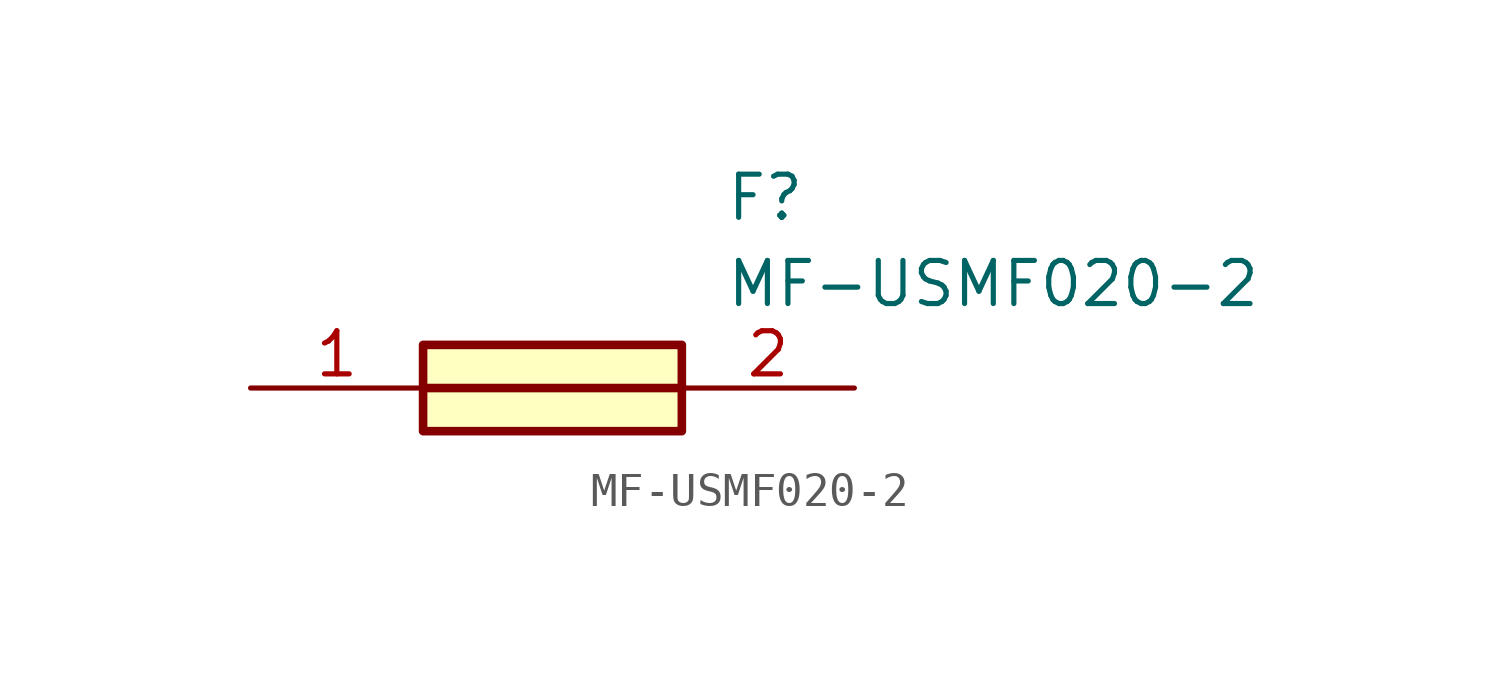
<source format=kicad_sym>
(kicad_symbol_lib
  (version 20211014)
  (generator SamacSys_ECAD_Model)
  (symbol "MF-USMF020-2"
    (pin_names hide)
    (property "Reference" "F"
      (at 13.97 6.35 0)
      (effects (font (size 1.27 1.27)) (justify left top)))
    (property "Value" "MF-USMF020-2"
      (at 13.97 3.81 0)
      (effects (font (size 1.27 1.27)) (justify left top)))
    (rectangle
      (start 5.08 1.27)
      (end 12.7 -1.27)
      (stroke (width 0.254) (type default))
      (fill (type background)))
    (polyline
      (pts (xy 5.08 0) (xy 12.7 0))
      (stroke (width 0.254) (type default))
      (fill (type none)))
    (pin passive line
      (at 0 0 0)
      (length 5.08)
      (name "1" (effects (font (size 1.27 1.27))))
      (number "1" (effects (font (size 1.27 1.27)))))
    (pin passive line
      (at 17.78 0 180)
      (length 5.08)
      (name "2" (effects (font (size 1.27 1.27))))
      (number "2" (effects (font (size 1.27 1.27)))))))
</source>
